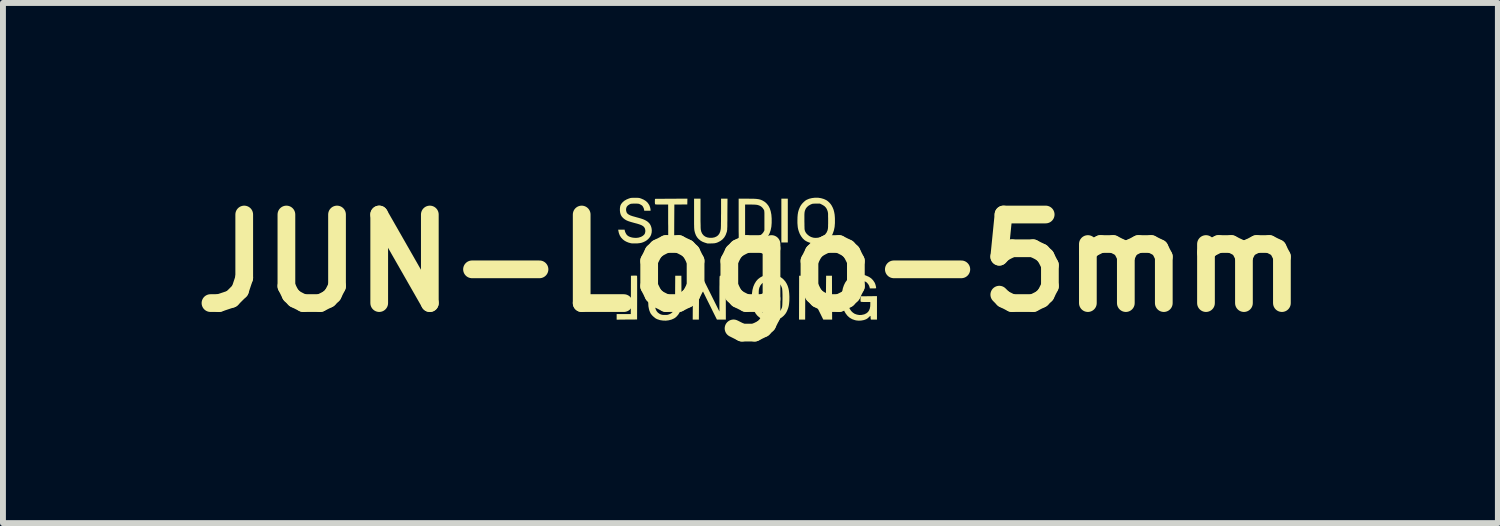
<source format=kicad_pcb>
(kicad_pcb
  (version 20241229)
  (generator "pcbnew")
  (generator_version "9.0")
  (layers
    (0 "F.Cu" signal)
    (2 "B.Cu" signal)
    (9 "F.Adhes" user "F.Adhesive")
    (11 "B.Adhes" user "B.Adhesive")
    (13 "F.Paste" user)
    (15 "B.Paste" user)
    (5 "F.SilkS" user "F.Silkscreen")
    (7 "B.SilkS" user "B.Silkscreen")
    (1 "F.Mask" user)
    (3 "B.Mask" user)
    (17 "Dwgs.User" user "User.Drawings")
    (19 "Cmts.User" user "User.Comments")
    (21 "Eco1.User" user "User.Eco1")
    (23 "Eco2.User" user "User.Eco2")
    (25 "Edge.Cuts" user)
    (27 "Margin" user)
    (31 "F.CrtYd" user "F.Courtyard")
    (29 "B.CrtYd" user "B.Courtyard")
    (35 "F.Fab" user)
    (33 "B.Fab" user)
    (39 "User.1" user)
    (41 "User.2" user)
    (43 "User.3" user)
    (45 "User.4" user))
  (footprint "JUN-Logo-5mm"
    (layer "F.Cu")
    (at 9.657 1.404)
    (property "Reference" "JUN-Logo-5mm" (at 0 0 0) (layer "F.SilkS") (effects (font (size 1.5 1.5) (thickness 0.3))))
    (attr board_only exclude_from_pos_files exclude_from_bom)
    (fp_poly (pts (xy 0.633 -0.719) (xy 0.633 -0.348) (xy 0.579 -0.348) (xy 0.524 -0.348) (xy 0.524 -0.719) (xy 0.524 -1.09) (xy 0.579 -1.09) (xy 0.633 -1.09)) (stroke (width 0) (type solid)) (fill yes) (layer "F.SilkS"))
    (fp_poly (pts (xy -1.936 0.213) (xy -1.927 0.214) (xy -1.922 0.216) (xy -1.92 0.219) (xy -1.919 0.223) (xy -1.919 0.229) (xy -1.919 0.243) (xy -1.918 0.265) (xy -1.918 0.294) (xy -1.918 0.329) (xy -1.918 0.37) (xy -1.918 0.415) (xy -1.918 0.465) (xy -1.918 0.518) (xy -1.918 0.574) (xy -1.918 0.595) (xy -1.919 0.956) (xy -2.092 0.957) (xy -2.265 0.959) (xy -2.265 0.911) (xy -2.265 0.864) (xy -2.145 0.864) (xy -2.026 0.864) (xy -2.024 0.539) (xy -2.023 0.215) (xy -1.972 0.213) (xy -1.95 0.213)) (stroke (width 0) (type solid)) (fill yes) (layer "F.SilkS"))
    (fp_poly (pts (xy 0.994 0.256) (xy 1 0.267) (xy 1.009 0.286) (xy 1.022 0.311) (xy 1.037 0.341) (xy 1.055 0.377) (xy 1.074 0.416) (xy 1.095 0.459) (xy 1.118 0.504) (xy 1.141 0.551) (xy 1.146 0.561) (xy 1.277 0.825) (xy 1.279 0.52) (xy 1.282 0.215) (xy 1.331 0.215) (xy 1.381 0.215) (xy 1.382 0.587) (xy 1.384 0.958) (xy 1.309 0.958) (xy 1.234 0.958) (xy 1.082 0.652) (xy 0.929 0.346) (xy 0.928 0.652) (xy 0.927 0.958) (xy 0.875 0.958) (xy 0.823 0.958) (xy 0.824 0.587) (xy 0.825 0.215) (xy 0.899 0.215) (xy 0.974 0.215)) (stroke (width 0) (type solid)) (fill yes) (layer "F.SilkS"))
    (fp_poly (pts (xy -1.068 -1.041) (xy -1.069 -0.992) (xy -1.179 -0.991) (xy -1.288 -0.99) (xy -1.29 -0.668) (xy -1.291 -0.346) (xy -1.339 -0.345) (xy -1.358 -0.344) (xy -1.375 -0.345) (xy -1.386 -0.346) (xy -1.389 -0.346) (xy -1.39 -0.351) (xy -1.39 -0.365) (xy -1.391 -0.385) (xy -1.391 -0.413) (xy -1.392 -0.447) (xy -1.392 -0.486) (xy -1.392 -0.53) (xy -1.392 -0.578) (xy -1.392 -0.629) (xy -1.393 -0.67) (xy -1.393 -0.99) (xy -1.5 -0.99) (xy -1.536 -0.99) (xy -1.563 -0.991) (xy -1.583 -0.991) (xy -1.598 -0.992) (xy -1.607 -0.993) (xy -1.612 -0.995) (xy -1.614 -0.996) (xy -1.616 -1.005) (xy -1.618 -1.022) (xy -1.618 -1.045) (xy -1.616 -1.087) (xy -1.342 -1.089) (xy -1.067 -1.09)) (stroke (width 0) (type solid)) (fill yes) (layer "F.SilkS"))
    (fp_poly (pts (xy -0.853 0.214) (xy -0.839 0.215) (xy -0.83 0.216) (xy -0.827 0.218) (xy -0.824 0.223) (xy -0.818 0.235) (xy -0.808 0.254) (xy -0.795 0.28) (xy -0.78 0.311) (xy -0.762 0.346) (xy -0.742 0.386) (xy -0.72 0.43) (xy -0.697 0.476) (xy -0.674 0.522) (xy -0.525 0.821) (xy -0.525 0.522) (xy -0.525 0.461) (xy -0.525 0.409) (xy -0.524 0.364) (xy -0.524 0.327) (xy -0.524 0.297) (xy -0.523 0.272) (xy -0.523 0.253) (xy -0.522 0.239) (xy -0.521 0.228) (xy -0.52 0.222) (xy -0.519 0.218) (xy -0.518 0.217) (xy -0.51 0.215) (xy -0.493 0.213) (xy -0.468 0.213) (xy -0.465 0.213) (xy -0.418 0.215) (xy -0.417 0.587) (xy -0.416 0.958) (xy -0.492 0.958) (xy -0.567 0.958) (xy -0.633 0.826) (xy -0.65 0.791) (xy -0.67 0.75) (xy -0.693 0.704) (xy -0.717 0.656) (xy -0.741 0.608) (xy -0.764 0.561) (xy -0.784 0.52) (xy -0.87 0.346) (xy -0.871 0.652) (xy -0.873 0.958) (xy -0.925 0.958) (xy -0.977 0.958) (xy -0.975 0.587) (xy -0.974 0.215) (xy -0.903 0.214) (xy -0.874 0.213)) (stroke (width 0) (type solid)) (fill yes) (layer "F.SilkS"))
    (fp_poly (pts (xy -0.006 -1.089) (xy 0.036 -1.089) (xy 0.07 -1.088) (xy 0.099 -1.086) (xy 0.123 -1.083) (xy 0.144 -1.08) (xy 0.162 -1.075) (xy 0.179 -1.07) (xy 0.196 -1.062) (xy 0.206 -1.058) (xy 0.245 -1.034) (xy 0.278 -1.004) (xy 0.306 -0.968) (xy 0.328 -0.925) (xy 0.344 -0.875) (xy 0.355 -0.818) (xy 0.36 -0.754) (xy 0.36 -0.751) (xy 0.36 -0.679) (xy 0.355 -0.615) (xy 0.343 -0.557) (xy 0.326 -0.507) (xy 0.303 -0.463) (xy 0.294 -0.45) (xy 0.266 -0.418) (xy 0.234 -0.393) (xy 0.196 -0.373) (xy 0.153 -0.359) (xy 0.103 -0.35) (xy 0.082 -0.348) (xy 0.063 -0.347) (xy 0.039 -0.346) (xy 0.011 -0.345) (xy -0.02 -0.344) (xy -0.052 -0.344) (xy -0.083 -0.344) (xy -0.114 -0.344) (xy -0.141 -0.344) (xy -0.164 -0.344) (xy -0.182 -0.345) (xy -0.193 -0.346) (xy -0.196 -0.347) (xy -0.196 -0.352) (xy -0.197 -0.365) (xy -0.197 -0.386) (xy -0.198 -0.414) (xy -0.198 -0.448) (xy -0.198 -0.488) (xy -0.199 -0.533) (xy -0.199 -0.582) (xy -0.199 -0.635) (xy -0.199 -0.691) (xy -0.199 -0.72) (xy -0.199 -0.99) (xy -0.09 -0.99) (xy -0.09 -0.717) (xy -0.09 -0.443) (xy -0.019 -0.443) (xy 0.009 -0.443) (xy 0.038 -0.444) (xy 0.064 -0.446) (xy 0.085 -0.447) (xy 0.091 -0.448) (xy 0.132 -0.456) (xy 0.167 -0.47) (xy 0.195 -0.491) (xy 0.217 -0.517) (xy 0.225 -0.53) (xy 0.237 -0.554) (xy 0.237 -0.719) (xy 0.237 -0.762) (xy 0.237 -0.797) (xy 0.237 -0.825) (xy 0.237 -0.846) (xy 0.236 -0.863) (xy 0.235 -0.875) (xy 0.234 -0.884) (xy 0.233 -0.891) (xy 0.231 -0.896) (xy 0.228 -0.901) (xy 0.227 -0.903) (xy 0.206 -0.934) (xy 0.18 -0.958) (xy 0.148 -0.975) (xy 0.118 -0.984) (xy 0.097 -0.987) (xy 0.069 -0.989) (xy 0.031 -0.99) (xy -0.001 -0.99) (xy -0.09 -0.99) (xy -0.199 -0.99) (xy -0.199 -1.09) (xy -0.055 -1.09)) (stroke (width 0) (type solid)) (fill yes) (layer "F.SilkS"))
    (fp_poly (pts (xy -0.845 -0.847) (xy -0.845 -0.799) (xy -0.845 -0.754) (xy -0.845 -0.711) (xy -0.844 -0.672) (xy -0.843 -0.638) (xy -0.843 -0.609) (xy -0.842 -0.587) (xy -0.841 -0.573) (xy -0.841 -0.57) (xy -0.832 -0.53) (xy -0.816 -0.496) (xy -0.794 -0.469) (xy -0.766 -0.448) (xy -0.732 -0.434) (xy -0.693 -0.427) (xy -0.649 -0.427) (xy -0.61 -0.434) (xy -0.577 -0.448) (xy -0.549 -0.468) (xy -0.527 -0.496) (xy -0.512 -0.53) (xy -0.503 -0.57) (xy -0.502 -0.576) (xy -0.501 -0.589) (xy -0.5 -0.609) (xy -0.499 -0.637) (xy -0.499 -0.67) (xy -0.498 -0.709) (xy -0.498 -0.751) (xy -0.498 -0.796) (xy -0.497 -0.842) (xy -0.497 -0.853) (xy -0.497 -1.09) (xy -0.443 -1.09) (xy -0.388 -1.09) (xy -0.39 -0.824) (xy -0.39 -0.768) (xy -0.39 -0.721) (xy -0.391 -0.681) (xy -0.391 -0.648) (xy -0.391 -0.621) (xy -0.392 -0.599) (xy -0.393 -0.581) (xy -0.393 -0.567) (xy -0.395 -0.556) (xy -0.396 -0.546) (xy -0.397 -0.539) (xy -0.399 -0.531) (xy -0.401 -0.524) (xy -0.402 -0.522) (xy -0.419 -0.475) (xy -0.442 -0.435) (xy -0.472 -0.401) (xy -0.507 -0.374) (xy -0.549 -0.352) (xy -0.567 -0.345) (xy -0.582 -0.34) (xy -0.597 -0.337) (xy -0.613 -0.334) (xy -0.634 -0.333) (xy -0.662 -0.332) (xy -0.662 -0.332) (xy -0.686 -0.331) (xy -0.706 -0.331) (xy -0.721 -0.331) (xy -0.729 -0.332) (xy -0.73 -0.332) (xy -0.736 -0.334) (xy -0.749 -0.338) (xy -0.765 -0.343) (xy -0.769 -0.344) (xy -0.809 -0.359) (xy -0.844 -0.379) (xy -0.876 -0.406) (xy -0.877 -0.406) (xy -0.902 -0.435) (xy -0.922 -0.468) (xy -0.937 -0.507) (xy -0.943 -0.529) (xy -0.945 -0.538) (xy -0.947 -0.547) (xy -0.949 -0.555) (xy -0.95 -0.565) (xy -0.951 -0.576) (xy -0.952 -0.59) (xy -0.953 -0.608) (xy -0.953 -0.629) (xy -0.954 -0.655) (xy -0.954 -0.687) (xy -0.954 -0.726) (xy -0.954 -0.772) (xy -0.954 -0.826) (xy -0.954 -0.831) (xy -0.954 -1.09) (xy -0.9 -1.09) (xy -0.845 -1.09)) (stroke (width 0) (type solid)) (fill yes) (layer "F.SilkS"))
    (fp_poly (pts (xy -1.623 0.46) (xy -1.623 0.516) (xy -1.623 0.564) (xy -1.623 0.604) (xy -1.622 0.637) (xy -1.622 0.665) (xy -1.621 0.687) (xy -1.62 0.705) (xy -1.619 0.719) (xy -1.618 0.731) (xy -1.616 0.74) (xy -1.616 0.741) (xy -1.605 0.78) (xy -1.59 0.812) (xy -1.569 0.838) (xy -1.542 0.858) (xy -1.525 0.867) (xy -1.511 0.872) (xy -1.498 0.876) (xy -1.484 0.878) (xy -1.464 0.879) (xy -1.451 0.879) (xy -1.427 0.879) (xy -1.41 0.878) (xy -1.395 0.875) (xy -1.381 0.87) (xy -1.377 0.869) (xy -1.346 0.854) (xy -1.322 0.835) (xy -1.303 0.809) (xy -1.294 0.792) (xy -1.277 0.757) (xy -1.275 0.486) (xy -1.273 0.215) (xy -1.221 0.215) (xy -1.169 0.215) (xy -1.168 0.463) (xy -1.167 0.523) (xy -1.167 0.576) (xy -1.167 0.621) (xy -1.168 0.659) (xy -1.169 0.692) (xy -1.17 0.719) (xy -1.172 0.742) (xy -1.174 0.761) (xy -1.177 0.777) (xy -1.18 0.792) (xy -1.185 0.805) (xy -1.19 0.817) (xy -1.196 0.83) (xy -1.198 0.835) (xy -1.221 0.872) (xy -1.249 0.905) (xy -1.281 0.931) (xy -1.296 0.94) (xy -1.337 0.958) (xy -1.384 0.97) (xy -1.432 0.976) (xy -1.482 0.974) (xy -1.529 0.967) (xy -1.533 0.966) (xy -1.554 0.959) (xy -1.576 0.952) (xy -1.593 0.944) (xy -1.595 0.943) (xy -1.615 0.931) (xy -1.636 0.913) (xy -1.658 0.893) (xy -1.676 0.872) (xy -1.689 0.855) (xy -1.701 0.83) (xy -1.713 0.799) (xy -1.721 0.765) (xy -1.727 0.732) (xy -1.727 0.731) (xy -1.728 0.717) (xy -1.729 0.696) (xy -1.73 0.669) (xy -1.731 0.637) (xy -1.731 0.601) (xy -1.732 0.562) (xy -1.732 0.521) (xy -1.732 0.479) (xy -1.732 0.437) (xy -1.731 0.396) (xy -1.731 0.357) (xy -1.731 0.321) (xy -1.73 0.288) (xy -1.729 0.261) (xy -1.728 0.239) (xy -1.727 0.225) (xy -1.726 0.218) (xy -1.726 0.218) (xy -1.718 0.215) (xy -1.702 0.213) (xy -1.677 0.213) (xy -1.672 0.212) (xy -1.623 0.212)) (stroke (width 0) (type solid)) (fill yes) (layer "F.SilkS"))
    (fp_poly (pts (xy 0.39 0.202) (xy 0.437 0.21) (xy 0.481 0.225) (xy 0.52 0.245) (xy 0.523 0.247) (xy 0.56 0.277) (xy 0.592 0.314) (xy 0.614 0.35) (xy 0.631 0.387) (xy 0.643 0.425) (xy 0.652 0.467) (xy 0.657 0.513) (xy 0.66 0.566) (xy 0.66 0.588) (xy 0.659 0.64) (xy 0.655 0.686) (xy 0.649 0.727) (xy 0.639 0.764) (xy 0.625 0.8) (xy 0.612 0.829) (xy 0.592 0.861) (xy 0.565 0.892) (xy 0.534 0.919) (xy 0.501 0.941) (xy 0.498 0.942) (xy 0.455 0.96) (xy 0.407 0.971) (xy 0.356 0.976) (xy 0.305 0.975) (xy 0.255 0.967) (xy 0.251 0.966) (xy 0.203 0.95) (xy 0.16 0.927) (xy 0.123 0.897) (xy 0.092 0.86) (xy 0.066 0.816) (xy 0.046 0.766) (xy 0.033 0.708) (xy 0.025 0.645) (xy 0.023 0.589) (xy 0.023 0.588) (xy 0.14 0.588) (xy 0.14 0.632) (xy 0.141 0.668) (xy 0.142 0.697) (xy 0.144 0.721) (xy 0.146 0.74) (xy 0.15 0.756) (xy 0.154 0.769) (xy 0.16 0.782) (xy 0.167 0.793) (xy 0.186 0.816) (xy 0.21 0.838) (xy 0.238 0.856) (xy 0.259 0.865) (xy 0.281 0.872) (xy 0.297 0.877) (xy 0.311 0.879) (xy 0.327 0.88) (xy 0.348 0.88) (xy 0.354 0.879) (xy 0.384 0.877) (xy 0.409 0.871) (xy 0.424 0.866) (xy 0.462 0.847) (xy 0.493 0.823) (xy 0.516 0.794) (xy 0.532 0.76) (xy 0.536 0.746) (xy 0.538 0.731) (xy 0.54 0.708) (xy 0.541 0.68) (xy 0.542 0.647) (xy 0.543 0.612) (xy 0.543 0.576) (xy 0.543 0.54) (xy 0.542 0.506) (xy 0.541 0.476) (xy 0.539 0.451) (xy 0.537 0.433) (xy 0.536 0.427) (xy 0.522 0.391) (xy 0.501 0.36) (xy 0.473 0.335) (xy 0.438 0.316) (xy 0.397 0.302) (xy 0.387 0.3) (xy 0.367 0.296) (xy 0.351 0.295) (xy 0.337 0.295) (xy 0.321 0.297) (xy 0.304 0.299) (xy 0.261 0.31) (xy 0.224 0.327) (xy 0.194 0.349) (xy 0.17 0.378) (xy 0.153 0.413) (xy 0.149 0.425) (xy 0.147 0.435) (xy 0.144 0.445) (xy 0.143 0.456) (xy 0.142 0.47) (xy 0.141 0.488) (xy 0.141 0.511) (xy 0.14 0.54) (xy 0.14 0.576) (xy 0.14 0.588) (xy 0.023 0.588) (xy 0.026 0.52) (xy 0.034 0.458) (xy 0.049 0.401) (xy 0.07 0.352) (xy 0.097 0.308) (xy 0.129 0.272) (xy 0.163 0.246) (xy 0.201 0.225) (xy 0.245 0.211) (xy 0.292 0.202) (xy 0.341 0.199)) (stroke (width 0) (type solid)) (fill yes) (layer "F.SilkS"))
    (fp_poly (pts (xy 1.89 0.202) (xy 1.91 0.203) (xy 1.925 0.204) (xy 1.938 0.206) (xy 1.952 0.21) (xy 1.961 0.214) (xy 2.007 0.234) (xy 2.046 0.26) (xy 2.077 0.292) (xy 2.102 0.329) (xy 2.106 0.337) (xy 2.114 0.356) (xy 2.121 0.379) (xy 2.126 0.402) (xy 2.129 0.422) (xy 2.129 0.426) (xy 2.125 0.427) (xy 2.114 0.429) (xy 2.097 0.429) (xy 2.076 0.43) (xy 2.076 0.43) (xy 2.022 0.43) (xy 2.019 0.413) (xy 2.01 0.385) (xy 1.994 0.357) (xy 1.974 0.334) (xy 1.96 0.322) (xy 1.941 0.313) (xy 1.916 0.304) (xy 1.886 0.298) (xy 1.87 0.296) (xy 1.844 0.296) (xy 1.815 0.299) (xy 1.786 0.305) (xy 1.762 0.314) (xy 1.761 0.315) (xy 1.739 0.329) (xy 1.716 0.349) (xy 1.697 0.373) (xy 1.686 0.39) (xy 1.671 0.418) (xy 1.671 0.585) (xy 1.671 0.753) (xy 1.684 0.779) (xy 1.706 0.812) (xy 1.734 0.839) (xy 1.766 0.86) (xy 1.803 0.873) (xy 1.842 0.88) (xy 1.882 0.879) (xy 1.923 0.87) (xy 1.935 0.866) (xy 1.966 0.85) (xy 1.991 0.829) (xy 2.009 0.803) (xy 2.022 0.77) (xy 2.029 0.732) (xy 2.03 0.698) (xy 2.03 0.66) (xy 1.951 0.66) (xy 1.921 0.66) (xy 1.899 0.659) (xy 1.884 0.658) (xy 1.874 0.657) (xy 1.869 0.655) (xy 1.868 0.654) (xy 1.865 0.645) (xy 1.864 0.629) (xy 1.864 0.605) (xy 1.865 0.563) (xy 2.004 0.562) (xy 2.143 0.56) (xy 2.143 0.759) (xy 2.143 0.958) (xy 2.092 0.958) (xy 2.04 0.958) (xy 2.037 0.944) (xy 2.035 0.93) (xy 2.035 0.914) (xy 2.035 0.913) (xy 2.034 0.902) (xy 2.032 0.896) (xy 2.031 0.895) (xy 2.026 0.898) (xy 2.017 0.906) (xy 2.007 0.916) (xy 1.985 0.936) (xy 1.961 0.951) (xy 1.932 0.962) (xy 1.915 0.967) (xy 1.876 0.974) (xy 1.834 0.976) (xy 1.792 0.972) (xy 1.77 0.967) (xy 1.724 0.951) (xy 1.682 0.927) (xy 1.646 0.896) (xy 1.615 0.857) (xy 1.595 0.823) (xy 1.577 0.783) (xy 1.564 0.743) (xy 1.555 0.7) (xy 1.55 0.653) (xy 1.548 0.619) (xy 1.548 0.549) (xy 1.554 0.485) (xy 1.566 0.426) (xy 1.584 0.374) (xy 1.607 0.328) (xy 1.635 0.289) (xy 1.669 0.257) (xy 1.708 0.232) (xy 1.715 0.229) (xy 1.739 0.218) (xy 1.761 0.211) (xy 1.783 0.206) (xy 1.807 0.203) (xy 1.836 0.202) (xy 1.863 0.201)) (stroke (width 0) (type solid)) (fill yes) (layer "F.SilkS"))
    (fp_poly (pts (xy 1.145 -1.106) (xy 1.196 -1.098) (xy 1.244 -1.084) (xy 1.287 -1.064) (xy 1.287 -1.064) (xy 1.311 -1.047) (xy 1.336 -1.024) (xy 1.358 -0.999) (xy 1.376 -0.973) (xy 1.376 -0.972) (xy 1.394 -0.938) (xy 1.408 -0.903) (xy 1.418 -0.865) (xy 1.426 -0.822) (xy 1.43 -0.773) (xy 1.431 -0.746) (xy 1.431 -0.676) (xy 1.426 -0.612) (xy 1.414 -0.554) (xy 1.396 -0.502) (xy 1.381 -0.47) (xy 1.368 -0.451) (xy 1.35 -0.429) (xy 1.33 -0.408) (xy 1.308 -0.388) (xy 1.288 -0.373) (xy 1.282 -0.369) (xy 1.254 -0.355) (xy 1.227 -0.345) (xy 1.198 -0.338) (xy 1.164 -0.334) (xy 1.124 -0.332) (xy 1.095 -0.331) (xy 1.073 -0.332) (xy 1.056 -0.333) (xy 1.041 -0.335) (xy 1.026 -0.338) (xy 1.022 -0.339) (xy 0.992 -0.349) (xy 0.962 -0.361) (xy 0.936 -0.375) (xy 0.915 -0.389) (xy 0.886 -0.417) (xy 0.859 -0.453) (xy 0.836 -0.493) (xy 0.819 -0.537) (xy 0.817 -0.543) (xy 0.808 -0.574) (xy 0.802 -0.605) (xy 0.799 -0.638) (xy 0.796 -0.677) (xy 0.796 -0.72) (xy 0.797 -0.765) (xy 0.914 -0.765) (xy 0.914 -0.728) (xy 0.914 -0.703) (xy 0.915 -0.663) (xy 0.915 -0.632) (xy 0.916 -0.607) (xy 0.916 -0.588) (xy 0.917 -0.573) (xy 0.919 -0.562) (xy 0.921 -0.553) (xy 0.923 -0.546) (xy 0.926 -0.538) (xy 0.926 -0.537) (xy 0.942 -0.508) (xy 0.966 -0.482) (xy 0.994 -0.459) (xy 1.027 -0.441) (xy 1.062 -0.43) (xy 1.067 -0.429) (xy 1.095 -0.426) (xy 1.127 -0.427) (xy 1.159 -0.431) (xy 1.188 -0.437) (xy 1.2 -0.441) (xy 1.237 -0.46) (xy 1.266 -0.485) (xy 1.289 -0.515) (xy 1.305 -0.551) (xy 1.307 -0.556) (xy 1.309 -0.566) (xy 1.311 -0.576) (xy 1.313 -0.587) (xy 1.314 -0.601) (xy 1.315 -0.618) (xy 1.315 -0.641) (xy 1.316 -0.67) (xy 1.316 -0.707) (xy 1.316 -0.72) (xy 1.316 -0.759) (xy 1.315 -0.789) (xy 1.315 -0.813) (xy 1.315 -0.832) (xy 1.314 -0.846) (xy 1.312 -0.857) (xy 1.31 -0.867) (xy 1.308 -0.876) (xy 1.305 -0.885) (xy 1.305 -0.885) (xy 1.292 -0.917) (xy 1.274 -0.943) (xy 1.252 -0.965) (xy 1.223 -0.983) (xy 1.212 -0.989) (xy 1.178 -1.006) (xy 1.114 -1.006) (xy 1.089 -1.006) (xy 1.07 -1.005) (xy 1.057 -1.004) (xy 1.046 -1.002) (xy 1.036 -0.998) (xy 1.024 -0.993) (xy 1.023 -0.993) (xy 0.986 -0.972) (xy 0.958 -0.948) (xy 0.937 -0.92) (xy 0.923 -0.887) (xy 0.92 -0.875) (xy 0.918 -0.864) (xy 0.916 -0.852) (xy 0.915 -0.837) (xy 0.914 -0.818) (xy 0.914 -0.794) (xy 0.914 -0.765) (xy 0.797 -0.765) (xy 0.797 -0.774) (xy 0.801 -0.821) (xy 0.808 -0.863) (xy 0.819 -0.901) (xy 0.834 -0.938) (xy 0.845 -0.961) (xy 0.86 -0.985) (xy 0.881 -1.011) (xy 0.905 -1.035) (xy 0.929 -1.056) (xy 0.949 -1.069) (xy 0.993 -1.088) (xy 1.042 -1.1) (xy 1.093 -1.106)) (stroke (width 0) (type solid)) (fill yes) (layer "F.SilkS"))
    (fp_poly (pts (xy -1.928 -1.105) (xy -1.908 -1.104) (xy -1.893 -1.103) (xy -1.879 -1.101) (xy -1.866 -1.097) (xy -1.852 -1.092) (xy -1.851 -1.092) (xy -1.807 -1.073) (xy -1.769 -1.049) (xy -1.739 -1.02) (xy -1.716 -0.986) (xy -1.713 -0.981) (xy -1.704 -0.958) (xy -1.696 -0.933) (xy -1.692 -0.91) (xy -1.691 -0.901) (xy -1.691 -0.886) (xy -1.745 -0.886) (xy -1.798 -0.886) (xy -1.801 -0.906) (xy -1.805 -0.923) (xy -1.814 -0.943) (xy -1.824 -0.961) (xy -1.834 -0.973) (xy -1.834 -0.973) (xy -1.843 -0.979) (xy -1.856 -0.987) (xy -1.867 -0.993) (xy -1.877 -0.998) (xy -1.886 -1.002) (xy -1.896 -1.004) (xy -1.908 -1.005) (xy -1.925 -1.006) (xy -1.948 -1.006) (xy -1.958 -1.006) (xy -1.984 -1.006) (xy -2.002 -1.005) (xy -2.016 -1.004) (xy -2.026 -1.003) (xy -2.035 -0.999) (xy -2.044 -0.995) (xy -2.048 -0.993) (xy -2.075 -0.975) (xy -2.093 -0.955) (xy -2.103 -0.931) (xy -2.106 -0.902) (xy -2.105 -0.891) (xy -2.1 -0.868) (xy -2.092 -0.849) (xy -2.078 -0.833) (xy -2.058 -0.819) (xy -2.032 -0.806) (xy -1.998 -0.794) (xy -1.969 -0.786) (xy -1.947 -0.78) (xy -1.923 -0.773) (xy -1.904 -0.768) (xy -1.858 -0.755) (xy -1.819 -0.742) (xy -1.787 -0.728) (xy -1.761 -0.714) (xy -1.738 -0.698) (xy -1.727 -0.688) (xy -1.703 -0.662) (xy -1.686 -0.629) (xy -1.675 -0.594) (xy -1.67 -0.556) (xy -1.672 -0.517) (xy -1.681 -0.481) (xy -1.692 -0.456) (xy -1.708 -0.432) (xy -1.729 -0.408) (xy -1.754 -0.386) (xy -1.779 -0.37) (xy -1.783 -0.368) (xy -1.814 -0.353) (xy -1.844 -0.343) (xy -1.875 -0.337) (xy -1.911 -0.333) (xy -1.937 -0.332) (xy -1.962 -0.332) (xy -1.985 -0.332) (xy -2.004 -0.333) (xy -2.017 -0.334) (xy -2.019 -0.334) (xy -2.064 -0.346) (xy -2.103 -0.362) (xy -2.136 -0.381) (xy -2.161 -0.401) (xy -2.191 -0.433) (xy -2.213 -0.469) (xy -2.228 -0.509) (xy -2.236 -0.546) (xy -2.239 -0.565) (xy -2.185 -0.565) (xy -2.13 -0.565) (xy -2.127 -0.547) (xy -2.121 -0.526) (xy -2.11 -0.503) (xy -2.097 -0.482) (xy -2.09 -0.473) (xy -2.067 -0.455) (xy -2.039 -0.442) (xy -2.005 -0.432) (xy -1.969 -0.427) (xy -1.932 -0.426) (xy -1.896 -0.43) (xy -1.862 -0.44) (xy -1.849 -0.445) (xy -1.82 -0.462) (xy -1.798 -0.482) (xy -1.785 -0.505) (xy -1.78 -0.533) (xy -1.779 -0.543) (xy -1.782 -0.568) (xy -1.789 -0.591) (xy -1.802 -0.61) (xy -1.821 -0.627) (xy -1.847 -0.642) (xy -1.881 -0.655) (xy -1.923 -0.668) (xy -1.928 -0.669) (xy -1.973 -0.681) (xy -2.009 -0.691) (xy -2.039 -0.7) (xy -2.064 -0.708) (xy -2.084 -0.716) (xy -2.101 -0.724) (xy -2.115 -0.732) (xy -2.129 -0.741) (xy -2.143 -0.752) (xy -2.151 -0.758) (xy -2.176 -0.784) (xy -2.194 -0.814) (xy -2.205 -0.849) (xy -2.21 -0.889) (xy -2.21 -0.918) (xy -2.207 -0.949) (xy -2.201 -0.974) (xy -2.19 -0.997) (xy -2.173 -1.019) (xy -2.167 -1.026) (xy -2.137 -1.053) (xy -2.098 -1.076) (xy -2.059 -1.092) (xy -2.044 -1.097) (xy -2.031 -1.101) (xy -2.018 -1.103) (xy -2.001 -1.104) (xy -1.981 -1.105) (xy -1.955 -1.105)) (stroke (width 0) (type solid)) (fill yes) (layer "F.SilkS")))
  (gr_rect
    (start -3 -3)
    (end 22.314 5.808)
    (stroke (width 0.1) (type default))
    (fill no)
    (layer "Edge.Cuts")))
</source>
